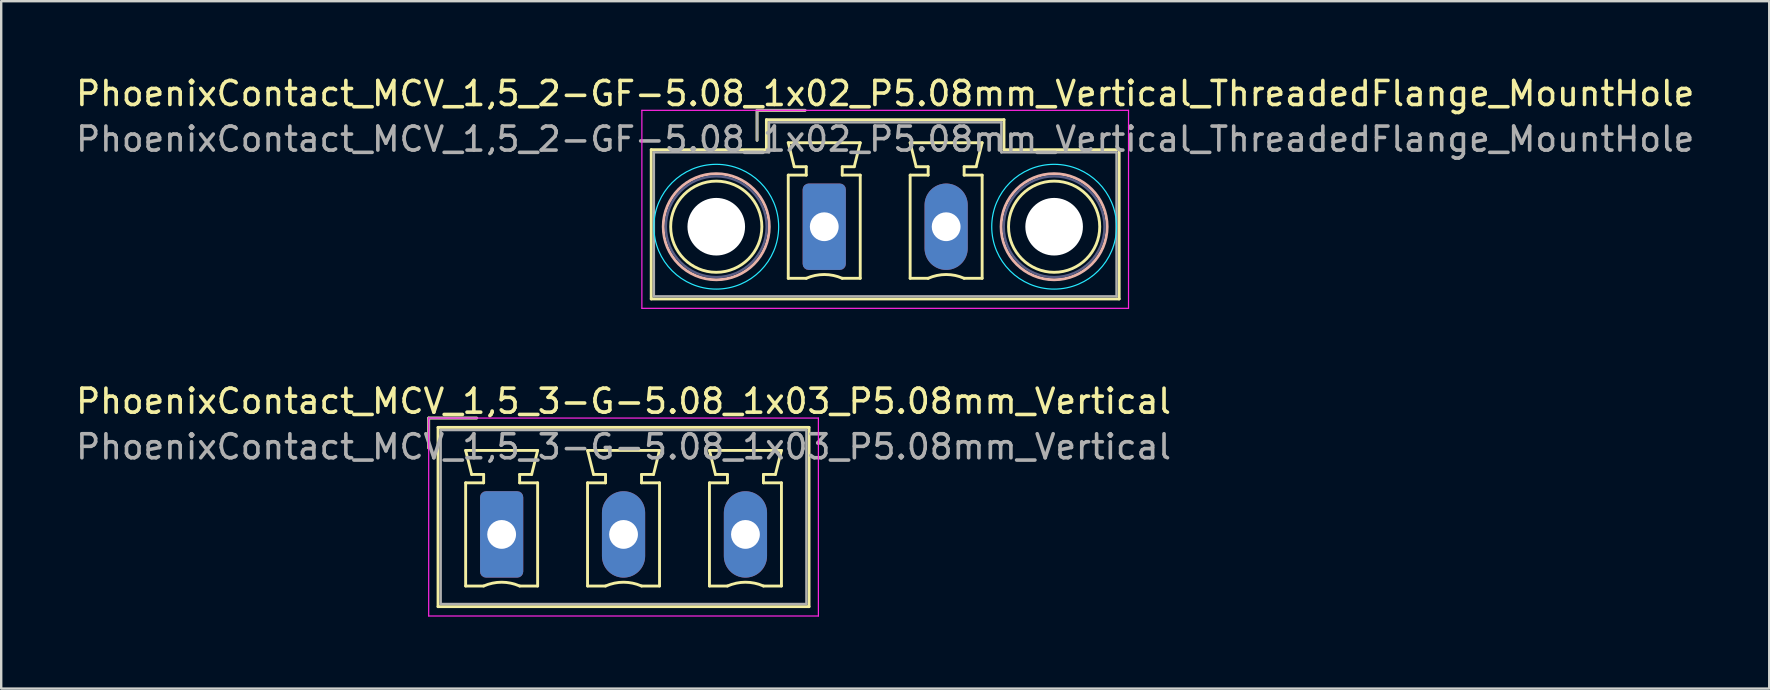
<source format=kicad_pcb>
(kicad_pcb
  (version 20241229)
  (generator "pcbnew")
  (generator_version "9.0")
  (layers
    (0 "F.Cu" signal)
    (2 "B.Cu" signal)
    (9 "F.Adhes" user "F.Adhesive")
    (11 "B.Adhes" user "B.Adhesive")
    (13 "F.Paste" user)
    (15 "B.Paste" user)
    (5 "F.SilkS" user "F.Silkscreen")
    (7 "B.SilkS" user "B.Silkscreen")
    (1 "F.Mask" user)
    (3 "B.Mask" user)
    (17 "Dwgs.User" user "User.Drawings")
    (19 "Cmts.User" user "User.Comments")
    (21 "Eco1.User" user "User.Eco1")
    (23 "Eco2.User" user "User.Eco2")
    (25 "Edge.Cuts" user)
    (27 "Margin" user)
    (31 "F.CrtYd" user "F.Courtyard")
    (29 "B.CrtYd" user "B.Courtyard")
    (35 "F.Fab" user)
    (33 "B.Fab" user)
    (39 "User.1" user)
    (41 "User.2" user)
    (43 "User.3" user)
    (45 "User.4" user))
  (footprint "PhoenixContact_MCV_1,5_2-GF-5.08_1x02_P5.08mm_Vertical_ThreadedFlange_MountHole"
    (layer "F.Cu")
    (at 31.299 6.398)
    (property "Reference" "PhoenixContact_MCV_1,5_2-GF-5.08_1x02_P5.08mm_Vertical_ThreadedFlange_MountHole" (at 2.54 -5.55 0) (layer "F.SilkS") (effects (font (size 1 1) (thickness 0.15))))
    (attr through_hole)
    (fp_line (start -7.21 -3.21) (end -7.21 3.01) (stroke (width 0.12) (type solid)) (layer "F.SilkS"))
    (fp_line (start -7.21 3.01) (end 12.29 3.01) (stroke (width 0.12) (type solid)) (layer "F.SilkS"))
    (fp_line (start -2.8 -4.85) (end -0.8 -4.85) (stroke (width 0.12) (type solid)) (layer "F.SilkS"))
    (fp_line (start -2.8 -3.6) (end -2.8 -4.85) (stroke (width 0.12) (type solid)) (layer "F.SilkS"))
    (fp_line (start -2.41 -4.46) (end -2.41 -3.21) (stroke (width 0.12) (type solid)) (layer "F.SilkS"))
    (fp_line (start -2.41 -3.21) (end -7.21 -3.21) (stroke (width 0.12) (type solid)) (layer "F.SilkS"))
    (fp_line (start -1.5 -3.5) (end 1.5 -3.5) (stroke (width 0.12) (type solid)) (layer "F.SilkS"))
    (fp_line (start -1.5 -2.15) (end -0.75 -2.15) (stroke (width 0.12) (type solid)) (layer "F.SilkS"))
    (fp_line (start -1.5 2.15) (end -1.5 -2.15) (stroke (width 0.12) (type solid)) (layer "F.SilkS"))
    (fp_line (start -1.25 -2.5) (end -1.5 -3.5) (stroke (width 0.12) (type solid)) (layer "F.SilkS"))
    (fp_line (start -0.75 -2.5) (end -1.25 -2.5) (stroke (width 0.12) (type solid)) (layer "F.SilkS"))
    (fp_line (start -0.75 -2.15) (end -0.75 -2.5) (stroke (width 0.12) (type solid)) (layer "F.SilkS"))
    (fp_line (start -0.75 2.15) (end -1.5 2.15) (stroke (width 0.12) (type solid)) (layer "F.SilkS"))
    (fp_line (start 0.75 -2.5) (end 0.75 -2.15) (stroke (width 0.12) (type solid)) (layer "F.SilkS"))
    (fp_line (start 0.75 -2.15) (end 1.5 -2.15) (stroke (width 0.12) (type solid)) (layer "F.SilkS"))
    (fp_line (start 1.25 -2.5) (end 0.75 -2.5) (stroke (width 0.12) (type solid)) (layer "F.SilkS"))
    (fp_line (start 1.5 -3.5) (end 1.25 -2.5) (stroke (width 0.12) (type solid)) (layer "F.SilkS"))
    (fp_line (start 1.5 -2.15) (end 1.5 2.15) (stroke (width 0.12) (type solid)) (layer "F.SilkS"))
    (fp_line (start 1.5 2.15) (end 0.75 2.15) (stroke (width 0.12) (type solid)) (layer "F.SilkS"))
    (fp_line (start 3.58 -3.5) (end 6.58 -3.5) (stroke (width 0.12) (type solid)) (layer "F.SilkS"))
    (fp_line (start 3.58 -2.15) (end 4.33 -2.15) (stroke (width 0.12) (type solid)) (layer "F.SilkS"))
    (fp_line (start 3.58 2.15) (end 3.58 -2.15) (stroke (width 0.12) (type solid)) (layer "F.SilkS"))
    (fp_line (start 3.83 -2.5) (end 3.58 -3.5) (stroke (width 0.12) (type solid)) (layer "F.SilkS"))
    (fp_line (start 4.33 -2.5) (end 3.83 -2.5) (stroke (width 0.12) (type solid)) (layer "F.SilkS"))
    (fp_line (start 4.33 -2.15) (end 4.33 -2.5) (stroke (width 0.12) (type solid)) (layer "F.SilkS"))
    (fp_line (start 4.33 2.15) (end 3.58 2.15) (stroke (width 0.12) (type solid)) (layer "F.SilkS"))
    (fp_line (start 5.83 -2.5) (end 5.83 -2.15) (stroke (width 0.12) (type solid)) (layer "F.SilkS"))
    (fp_line (start 5.83 -2.15) (end 6.58 -2.15) (stroke (width 0.12) (type solid)) (layer "F.SilkS"))
    (fp_line (start 6.33 -2.5) (end 5.83 -2.5) (stroke (width 0.12) (type solid)) (layer "F.SilkS"))
    (fp_line (start 6.58 -3.5) (end 6.33 -2.5) (stroke (width 0.12) (type solid)) (layer "F.SilkS"))
    (fp_line (start 6.58 -2.15) (end 6.58 2.15) (stroke (width 0.12) (type solid)) (layer "F.SilkS"))
    (fp_line (start 6.58 2.15) (end 5.83 2.15) (stroke (width 0.12) (type solid)) (layer "F.SilkS"))
    (fp_line (start 7.49 -4.46) (end -2.41 -4.46) (stroke (width 0.12) (type solid)) (layer "F.SilkS"))
    (fp_line (start 7.49 -3.21) (end 7.49 -4.46) (stroke (width 0.12) (type solid)) (layer "F.SilkS"))
    (fp_line (start 12.29 -3.21) (end 7.49 -3.21) (stroke (width 0.12) (type solid)) (layer "F.SilkS"))
    (fp_line (start 12.29 3.01) (end 12.29 -3.21) (stroke (width 0.12) (type solid)) (layer "F.SilkS"))
    (fp_arc (start -0.75 2.15) (mid -0.000193 1.99191) (end 0.749647 2.149844) (stroke (width 0.12) (type solid)) (layer "F.SilkS"))
    (fp_arc (start 4.33 2.15) (mid 5.079807 1.99191) (end 5.829647 2.149844) (stroke (width 0.12) (type solid)) (layer "F.SilkS"))
    (fp_circle (center -4.5 0) (end -2.6 0) (stroke (width 0.12) (type solid)) (fill no) (layer "F.SilkS"))
    (fp_circle (center 9.58 0) (end 11.48 0) (stroke (width 0.12) (type solid)) (fill no) (layer "F.SilkS"))
    (fp_circle (center -4.5 0) (end -2.29 0) (stroke (width 0.12) (type solid)) (fill no) (layer "B.SilkS"))
    (fp_circle (center 9.58 0) (end 11.79 0) (stroke (width 0.12) (type solid)) (fill no) (layer "B.SilkS"))
    (fp_circle (center -4.5 0) (end -1.9 0) (stroke (width 0.05) (type solid)) (fill no) (layer "B.CrtYd"))
    (fp_circle (center 9.58 0) (end 12.18 0) (stroke (width 0.05) (type solid)) (fill no) (layer "B.CrtYd"))
    (fp_line (start -7.6 -4.85) (end -7.6 3.4) (stroke (width 0.05) (type solid)) (layer "F.CrtYd"))
    (fp_line (start -7.6 3.4) (end 12.68 3.4) (stroke (width 0.05) (type solid)) (layer "F.CrtYd"))
    (fp_line (start 12.68 -4.85) (end -7.6 -4.85) (stroke (width 0.05) (type solid)) (layer "F.CrtYd"))
    (fp_line (start 12.68 3.4) (end 12.68 -4.85) (stroke (width 0.05) (type solid)) (layer "F.CrtYd"))
    (fp_circle (center -4.5 0) (end -2.4 0) (stroke (width 0.1) (type solid)) (fill no) (layer "B.Fab"))
    (fp_circle (center 9.58 0) (end 11.68 0) (stroke (width 0.1) (type solid)) (fill no) (layer "B.Fab"))
    (fp_line (start -7.1 -3.1) (end -7.1 2.9) (stroke (width 0.1) (type solid)) (layer "F.Fab"))
    (fp_line (start -7.1 2.9) (end 12.18 2.9) (stroke (width 0.1) (type solid)) (layer "F.Fab"))
    (fp_line (start -2.8 -4.85) (end -0.8 -4.85) (stroke (width 0.1) (type solid)) (layer "F.Fab"))
    (fp_line (start -2.8 -3.6) (end -2.8 -4.85) (stroke (width 0.1) (type solid)) (layer "F.Fab"))
    (fp_line (start -2.3 -4.35) (end -2.3 -3.1) (stroke (width 0.1) (type solid)) (layer "F.Fab"))
    (fp_line (start -2.3 -3.1) (end -7.1 -3.1) (stroke (width 0.1) (type solid)) (layer "F.Fab"))
    (fp_line (start 7.38 -4.35) (end -2.3 -4.35) (stroke (width 0.1) (type solid)) (layer "F.Fab"))
    (fp_line (start 7.38 -3.1) (end 7.38 -4.35) (stroke (width 0.1) (type solid)) (layer "F.Fab"))
    (fp_line (start 12.18 -3.1) (end 7.38 -3.1) (stroke (width 0.1) (type solid)) (layer "F.Fab"))
    (fp_line (start 12.18 2.9) (end 12.18 -3.1) (stroke (width 0.1) (type solid)) (layer "F.Fab"))
    (fp_text user "${REFERENCE}" (at 2.54 -3.65 0) (layer "F.Fab") (effects (font (size 1 1) (thickness 0.15))))
    (pad "" np_thru_hole circle (at -4.5 0) (size 2.4 2.4) (drill 2.4) (layers "*.Cu" "*.Mask"))
    (pad "" np_thru_hole circle (at 9.58 0) (size 2.4 2.4) (drill 2.4) (layers "*.Cu" "*.Mask"))
    (pad "1" thru_hole roundrect (at 0 0) (size 1.8 3.6) (drill 1.2) (layers "*.Cu" "*.Mask") (roundrect_rratio 0.139))
    (pad "2" thru_hole oval (at 5.08 0) (size 1.8 3.6) (drill 1.2) (layers "*.Cu" "*.Mask")))
  (footprint "PhoenixContact_MCV_1,5_3-G-5.08_1x03_P5.08mm_Vertical"
    (layer "F.Cu")
    (at 17.855 19.221)
    (property "Reference" "PhoenixContact_MCV_1,5_3-G-5.08_1x03_P5.08mm_Vertical" (at 5.08 -5.55 0) (layer "F.SilkS") (effects (font (size 1 1) (thickness 0.15))))
    (attr through_hole)
    (fp_line (start -3.04 -4.85) (end -1.04 -4.85) (stroke (width 0.12) (type solid)) (layer "F.SilkS"))
    (fp_line (start -3.04 -3.6) (end -3.04 -4.85) (stroke (width 0.12) (type solid)) (layer "F.SilkS"))
    (fp_line (start -2.65 -4.46) (end -2.65 3.01) (stroke (width 0.12) (type solid)) (layer "F.SilkS"))
    (fp_line (start -2.65 3.01) (end 12.81 3.01) (stroke (width 0.12) (type solid)) (layer "F.SilkS"))
    (fp_line (start -1.5 -3.5) (end 1.5 -3.5) (stroke (width 0.12) (type solid)) (layer "F.SilkS"))
    (fp_line (start -1.5 -2.15) (end -0.75 -2.15) (stroke (width 0.12) (type solid)) (layer "F.SilkS"))
    (fp_line (start -1.5 2.15) (end -1.5 -2.15) (stroke (width 0.12) (type solid)) (layer "F.SilkS"))
    (fp_line (start -1.25 -2.5) (end -1.5 -3.5) (stroke (width 0.12) (type solid)) (layer "F.SilkS"))
    (fp_line (start -0.75 -2.5) (end -1.25 -2.5) (stroke (width 0.12) (type solid)) (layer "F.SilkS"))
    (fp_line (start -0.75 -2.15) (end -0.75 -2.5) (stroke (width 0.12) (type solid)) (layer "F.SilkS"))
    (fp_line (start -0.75 2.15) (end -1.5 2.15) (stroke (width 0.12) (type solid)) (layer "F.SilkS"))
    (fp_line (start 0.75 -2.5) (end 0.75 -2.15) (stroke (width 0.12) (type solid)) (layer "F.SilkS"))
    (fp_line (start 0.75 -2.15) (end 1.5 -2.15) (stroke (width 0.12) (type solid)) (layer "F.SilkS"))
    (fp_line (start 1.25 -2.5) (end 0.75 -2.5) (stroke (width 0.12) (type solid)) (layer "F.SilkS"))
    (fp_line (start 1.5 -3.5) (end 1.25 -2.5) (stroke (width 0.12) (type solid)) (layer "F.SilkS"))
    (fp_line (start 1.5 -2.15) (end 1.5 2.15) (stroke (width 0.12) (type solid)) (layer "F.SilkS"))
    (fp_line (start 1.5 2.15) (end 0.75 2.15) (stroke (width 0.12) (type solid)) (layer "F.SilkS"))
    (fp_line (start 3.58 -3.5) (end 6.58 -3.5) (stroke (width 0.12) (type solid)) (layer "F.SilkS"))
    (fp_line (start 3.58 -2.15) (end 4.33 -2.15) (stroke (width 0.12) (type solid)) (layer "F.SilkS"))
    (fp_line (start 3.58 2.15) (end 3.58 -2.15) (stroke (width 0.12) (type solid)) (layer "F.SilkS"))
    (fp_line (start 3.83 -2.5) (end 3.58 -3.5) (stroke (width 0.12) (type solid)) (layer "F.SilkS"))
    (fp_line (start 4.33 -2.5) (end 3.83 -2.5) (stroke (width 0.12) (type solid)) (layer "F.SilkS"))
    (fp_line (start 4.33 -2.15) (end 4.33 -2.5) (stroke (width 0.12) (type solid)) (layer "F.SilkS"))
    (fp_line (start 4.33 2.15) (end 3.58 2.15) (stroke (width 0.12) (type solid)) (layer "F.SilkS"))
    (fp_line (start 5.83 -2.5) (end 5.83 -2.15) (stroke (width 0.12) (type solid)) (layer "F.SilkS"))
    (fp_line (start 5.83 -2.15) (end 6.58 -2.15) (stroke (width 0.12) (type solid)) (layer "F.SilkS"))
    (fp_line (start 6.33 -2.5) (end 5.83 -2.5) (stroke (width 0.12) (type solid)) (layer "F.SilkS"))
    (fp_line (start 6.58 -3.5) (end 6.33 -2.5) (stroke (width 0.12) (type solid)) (layer "F.SilkS"))
    (fp_line (start 6.58 -2.15) (end 6.58 2.15) (stroke (width 0.12) (type solid)) (layer "F.SilkS"))
    (fp_line (start 6.58 2.15) (end 5.83 2.15) (stroke (width 0.12) (type solid)) (layer "F.SilkS"))
    (fp_line (start 8.66 -3.5) (end 11.66 -3.5) (stroke (width 0.12) (type solid)) (layer "F.SilkS"))
    (fp_line (start 8.66 -2.15) (end 9.41 -2.15) (stroke (width 0.12) (type solid)) (layer "F.SilkS"))
    (fp_line (start 8.66 2.15) (end 8.66 -2.15) (stroke (width 0.12) (type solid)) (layer "F.SilkS"))
    (fp_line (start 8.91 -2.5) (end 8.66 -3.5) (stroke (width 0.12) (type solid)) (layer "F.SilkS"))
    (fp_line (start 9.41 -2.5) (end 8.91 -2.5) (stroke (width 0.12) (type solid)) (layer "F.SilkS"))
    (fp_line (start 9.41 -2.15) (end 9.41 -2.5) (stroke (width 0.12) (type solid)) (layer "F.SilkS"))
    (fp_line (start 9.41 2.15) (end 8.66 2.15) (stroke (width 0.12) (type solid)) (layer "F.SilkS"))
    (fp_line (start 10.91 -2.5) (end 10.91 -2.15) (stroke (width 0.12) (type solid)) (layer "F.SilkS"))
    (fp_line (start 10.91 -2.15) (end 11.66 -2.15) (stroke (width 0.12) (type solid)) (layer "F.SilkS"))
    (fp_line (start 11.41 -2.5) (end 10.91 -2.5) (stroke (width 0.12) (type solid)) (layer "F.SilkS"))
    (fp_line (start 11.66 -3.5) (end 11.41 -2.5) (stroke (width 0.12) (type solid)) (layer "F.SilkS"))
    (fp_line (start 11.66 -2.15) (end 11.66 2.15) (stroke (width 0.12) (type solid)) (layer "F.SilkS"))
    (fp_line (start 11.66 2.15) (end 10.91 2.15) (stroke (width 0.12) (type solid)) (layer "F.SilkS"))
    (fp_line (start 12.81 -4.46) (end -2.65 -4.46) (stroke (width 0.12) (type solid)) (layer "F.SilkS"))
    (fp_line (start 12.81 3.01) (end 12.81 -4.46) (stroke (width 0.12) (type solid)) (layer "F.SilkS"))
    (fp_arc (start -0.75 2.15) (mid -0.000193 1.99191) (end 0.749647 2.149844) (stroke (width 0.12) (type solid)) (layer "F.SilkS"))
    (fp_arc (start 4.33 2.15) (mid 5.079807 1.99191) (end 5.829647 2.149844) (stroke (width 0.12) (type solid)) (layer "F.SilkS"))
    (fp_arc (start 9.41 2.15) (mid 10.159807 1.99191) (end 10.909647 2.149844) (stroke (width 0.12) (type solid)) (layer "F.SilkS"))
    (fp_line (start -3.04 -4.85) (end -3.04 3.4) (stroke (width 0.05) (type solid)) (layer "F.CrtYd"))
    (fp_line (start -3.04 3.4) (end 13.2 3.4) (stroke (width 0.05) (type solid)) (layer "F.CrtYd"))
    (fp_line (start 13.2 -4.85) (end -3.04 -4.85) (stroke (width 0.05) (type solid)) (layer "F.CrtYd"))
    (fp_line (start 13.2 3.4) (end 13.2 -4.85) (stroke (width 0.05) (type solid)) (layer "F.CrtYd"))
    (fp_line (start -3.04 -4.85) (end -1.04 -4.85) (stroke (width 0.1) (type solid)) (layer "F.Fab"))
    (fp_line (start -3.04 -3.6) (end -3.04 -4.85) (stroke (width 0.1) (type solid)) (layer "F.Fab"))
    (fp_line (start -2.54 -4.35) (end -2.54 2.9) (stroke (width 0.1) (type solid)) (layer "F.Fab"))
    (fp_line (start -2.54 2.9) (end 12.7 2.9) (stroke (width 0.1) (type solid)) (layer "F.Fab"))
    (fp_line (start 12.7 -4.35) (end -2.54 -4.35) (stroke (width 0.1) (type solid)) (layer "F.Fab"))
    (fp_line (start 12.7 2.9) (end 12.7 -4.35) (stroke (width 0.1) (type solid)) (layer "F.Fab"))
    (fp_text user "${REFERENCE}" (at 5.08 -3.65 0) (layer "F.Fab") (effects (font (size 1 1) (thickness 0.15))))
    (pad "1" thru_hole roundrect (at 0 0) (size 1.8 3.6) (drill 1.2) (layers "*.Cu" "*.Mask") (roundrect_rratio 0.139))
    (pad "2" thru_hole oval (at 5.08 0) (size 1.8 3.6) (drill 1.2) (layers "*.Cu" "*.Mask"))
    (pad "3" thru_hole oval (at 10.16 0) (size 1.8 3.6) (drill 1.2) (layers "*.Cu" "*.Mask")))
  (gr_rect
    (start -3 -3)
    (end 70.679 25.646)
    (stroke (width 0.1) (type default))
    (fill no)
    (layer "Edge.Cuts")))
</source>
